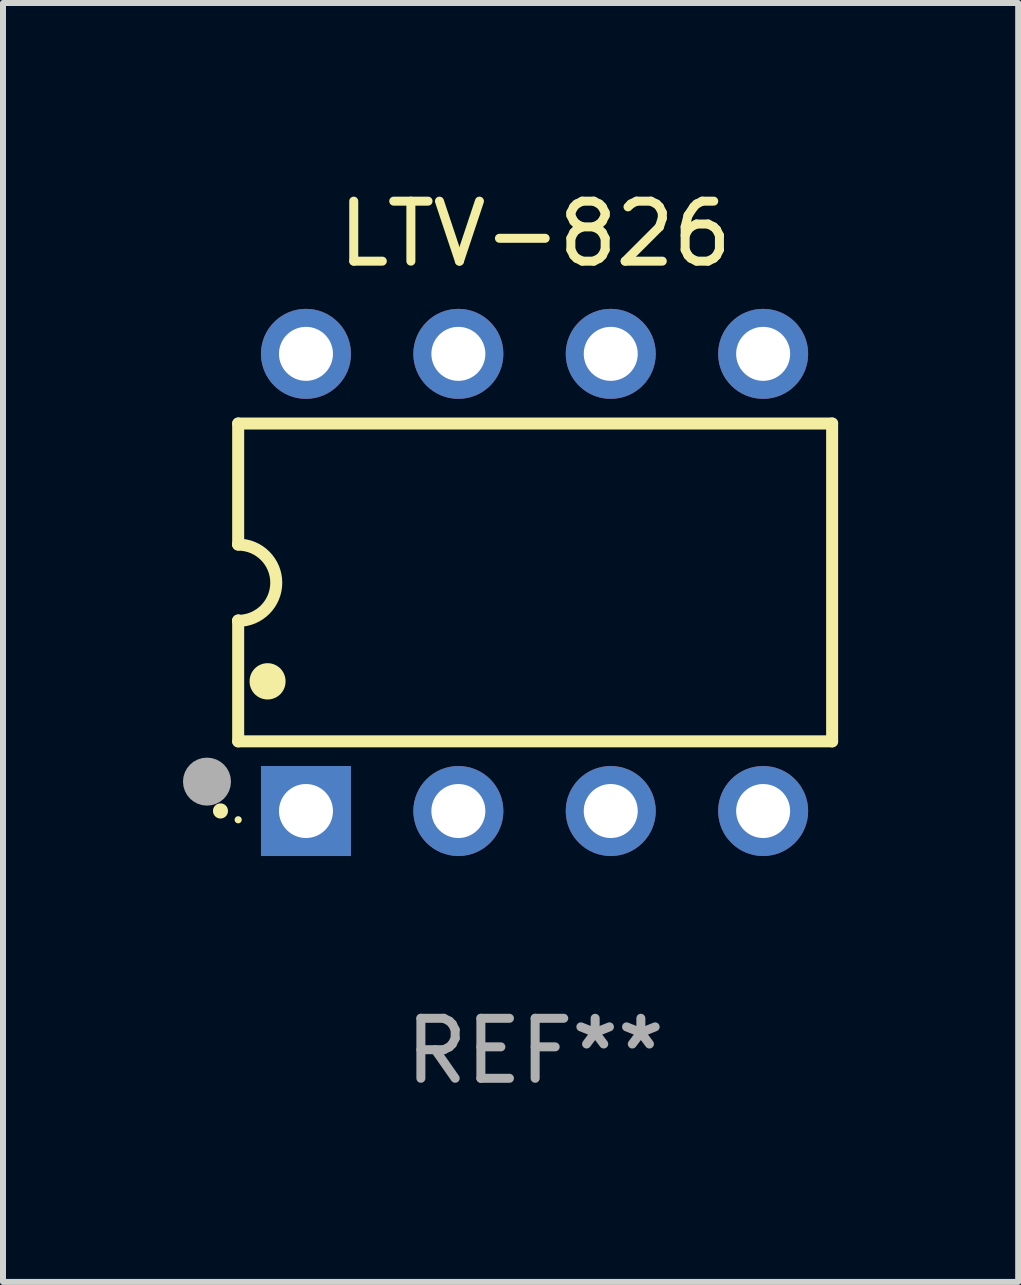
<source format=kicad_pcb>
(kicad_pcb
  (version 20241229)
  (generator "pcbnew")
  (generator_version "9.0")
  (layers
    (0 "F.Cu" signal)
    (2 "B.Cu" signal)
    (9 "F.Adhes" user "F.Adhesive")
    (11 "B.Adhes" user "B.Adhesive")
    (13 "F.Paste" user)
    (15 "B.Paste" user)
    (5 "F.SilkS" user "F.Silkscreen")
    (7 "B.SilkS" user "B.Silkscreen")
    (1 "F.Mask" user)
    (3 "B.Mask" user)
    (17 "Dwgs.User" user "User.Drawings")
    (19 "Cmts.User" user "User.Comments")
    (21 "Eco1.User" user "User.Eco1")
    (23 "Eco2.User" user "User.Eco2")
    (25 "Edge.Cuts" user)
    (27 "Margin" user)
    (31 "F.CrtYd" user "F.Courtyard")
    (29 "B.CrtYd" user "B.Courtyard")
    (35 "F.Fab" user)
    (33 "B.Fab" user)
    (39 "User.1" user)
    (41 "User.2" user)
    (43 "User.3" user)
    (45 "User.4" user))
  (footprint "LTV-826"
    (layer "F.Cu")
    (at 5.87 6.658)
    (property "Reference" "LTV-826" (at 0 -5.81 0) (layer "F.SilkS") (effects (font (size 1 1) (thickness 0.15))))
    (attr through_hole)
    (fp_line (start -4.95 -2.649) (end 4.95 -2.649) (stroke (width 0.2) (type solid)) (layer "F.SilkS"))
    (fp_line (start -4.95 -0.635) (end -4.95 -2.649) (stroke (width 0.2) (type solid)) (layer "F.SilkS"))
    (fp_line (start -4.95 0.635) (end -4.95 0.64) (stroke (width 0.2) (type solid)) (layer "F.SilkS"))
    (fp_line (start -4.95 2.649) (end -4.95 0.635) (stroke (width 0.2) (type solid)) (layer "F.SilkS"))
    (fp_line (start -4.95 -0.64) (end -4.95 -0.635) (stroke (width 0.2) (type solid)) (layer "F.SilkS"))
    (fp_line (start 4.95 -2.649) (end 4.95 2.649) (stroke (width 0.2) (type solid)) (layer "F.SilkS"))
    (fp_line (start 4.95 2.649) (end -4.95 2.649) (stroke (width 0.2) (type solid)) (layer "F.SilkS"))
    (fp_arc (start -5.24511 3.810008) (mid -5.245117 3.808738) (end -5.24511 3.807468) (stroke (width 0.25) (type solid)) (layer "F.SilkS"))
    (fp_arc (start -4.950165 -0.629997) (mid -4.315164 0.005004) (end -4.950165 0.640005) (stroke (width 0.2) (type solid)) (layer "F.SilkS"))
    (fp_arc (start -4.460249 1.651003) (mid -4.46026 1.648463) (end -4.460249 1.645923) (stroke (width 0.6) (type solid)) (layer "F.SilkS"))
    (fp_circle (center -4.95 3.956) (end -4.92 3.956) (stroke (width 0.06) (type solid)) (fill no) (layer "F.SilkS"))
    (fp_circle (center -5.47 3.32) (end -5.27 3.32) (stroke (width 0.4) (type solid)) (fill no) (layer "F.Fab"))
    (fp_text user "REF**" (at 0 7.81 0) (layer "F.Fab") (effects (font (size 1 1) (thickness 0.15))))
    (pad "1" thru_hole rect (at -3.82 3.81) (size 1.5 1.5) (drill 0.9) (layers "*.Cu" "*.Mask"))
    (pad "2" thru_hole circle (at -1.28 3.81) (size 1.5 1.5) (drill 0.9) (layers "*.Cu" "*.Mask"))
    (pad "3" thru_hole circle (at 1.26 3.81) (size 1.5 1.5) (drill 0.9) (layers "*.Cu" "*.Mask"))
    (pad "4" thru_hole circle (at 3.8 3.81) (size 1.5 1.5) (drill 0.9) (layers "*.Cu" "*.Mask"))
    (pad "5" thru_hole circle (at 3.8 -3.81) (size 1.5 1.5) (drill 0.9) (layers "*.Cu" "*.Mask"))
    (pad "6" thru_hole circle (at 1.26 -3.81) (size 1.5 1.5) (drill 0.9) (layers "*.Cu" "*.Mask"))
    (pad "7" thru_hole circle (at -1.28 -3.81) (size 1.5 1.5) (drill 0.9) (layers "*.Cu" "*.Mask"))
    (pad "8" thru_hole circle (at -3.82 -3.81) (size 1.5 1.5) (drill 0.9) (layers "*.Cu" "*.Mask")))
  (gr_rect
    (start -3 -3)
    (end 13.921 18.317)
    (stroke (width 0.1) (type default))
    (fill no)
    (layer "Edge.Cuts")))
</source>
